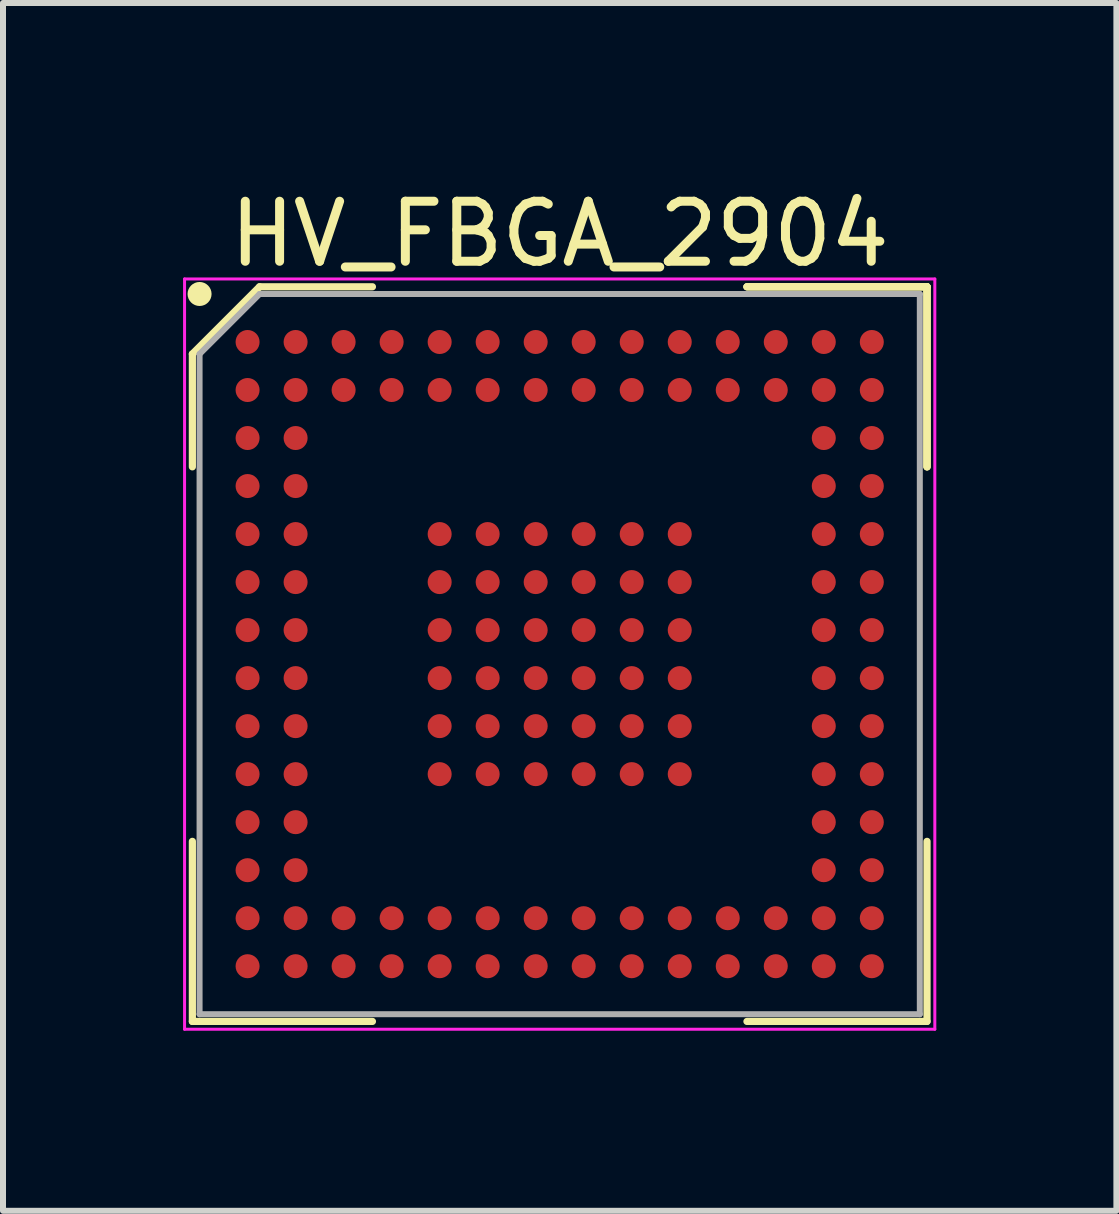
<source format=kicad_pcb>
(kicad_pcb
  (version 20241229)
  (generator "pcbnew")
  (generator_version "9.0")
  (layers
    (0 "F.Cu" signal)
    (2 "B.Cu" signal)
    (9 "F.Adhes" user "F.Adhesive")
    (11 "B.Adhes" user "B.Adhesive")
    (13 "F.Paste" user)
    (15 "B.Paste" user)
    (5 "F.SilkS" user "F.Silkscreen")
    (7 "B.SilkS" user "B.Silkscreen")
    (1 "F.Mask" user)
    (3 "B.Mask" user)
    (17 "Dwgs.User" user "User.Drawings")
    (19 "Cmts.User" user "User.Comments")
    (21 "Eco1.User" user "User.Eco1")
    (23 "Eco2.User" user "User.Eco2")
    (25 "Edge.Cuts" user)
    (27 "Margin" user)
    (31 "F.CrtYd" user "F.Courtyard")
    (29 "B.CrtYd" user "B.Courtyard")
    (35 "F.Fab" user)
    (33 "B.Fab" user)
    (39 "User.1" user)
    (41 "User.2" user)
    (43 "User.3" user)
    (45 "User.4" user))
  (footprint "HV_FBGA_2904"
    (layer "F.Cu")
    (at 6.275 7.848)
    (property "Reference" "HV_FBGA_2904" (at 0 -7 0) (layer "F.SilkS") (effects (font (size 1 1) (thickness 0.15))))
    (attr smd)
    (fp_line (start -6.12 -5) (end -6.12 -3.12) (stroke (width 0.12) (type solid)) (layer "F.SilkS"))
    (fp_line (start -6.12 6.12) (end -6.12 3.12) (stroke (width 0.12) (type solid)) (layer "F.SilkS"))
    (fp_line (start -5 -6.12) (end -6.12 -5) (stroke (width 0.12) (type solid)) (layer "F.SilkS"))
    (fp_line (start -3.12 -6.12) (end -5 -6.12) (stroke (width 0.12) (type solid)) (layer "F.SilkS"))
    (fp_line (start -3.12 6.12) (end -6.12 6.12) (stroke (width 0.12) (type solid)) (layer "F.SilkS"))
    (fp_line (start 3.12 -6.12) (end 6.12 -6.12) (stroke (width 0.12) (type solid)) (layer "F.SilkS"))
    (fp_line (start 3.12 -6.12) (end 6.12 -6.12) (stroke (width 0.12) (type solid)) (layer "F.SilkS"))
    (fp_line (start 3.12 -6.12) (end 6.12 -6.12) (stroke (width 0.12) (type solid)) (layer "F.SilkS"))
    (fp_line (start 3.12 6.12) (end 6.12 6.12) (stroke (width 0.12) (type solid)) (layer "F.SilkS"))
    (fp_line (start 6.12 -6.12) (end 6.12 -3.12) (stroke (width 0.12) (type solid)) (layer "F.SilkS"))
    (fp_line (start 6.12 -6.12) (end 6.12 -3.12) (stroke (width 0.12) (type solid)) (layer "F.SilkS"))
    (fp_line (start 6.12 -6.12) (end 6.12 -3.12) (stroke (width 0.12) (type solid)) (layer "F.SilkS"))
    (fp_line (start 6.12 6.12) (end 6.12 3.12) (stroke (width 0.12) (type solid)) (layer "F.SilkS"))
    (fp_circle (center -6 -6) (end -6 -5.9) (stroke (width 0.2) (type solid)) (fill no) (layer "F.SilkS"))
    (fp_line (start -6.25 -6.25) (end 6.25 -6.25) (stroke (width 0.05) (type solid)) (layer "F.CrtYd"))
    (fp_line (start -6.25 6.25) (end -6.25 -6.25) (stroke (width 0.05) (type solid)) (layer "F.CrtYd"))
    (fp_line (start 6.25 -6.25) (end 6.25 6.25) (stroke (width 0.05) (type solid)) (layer "F.CrtYd"))
    (fp_line (start 6.25 6.25) (end -6.25 6.25) (stroke (width 0.05) (type solid)) (layer "F.CrtYd"))
    (fp_line (start -6 -5) (end -6 6) (stroke (width 0.1) (type solid)) (layer "F.Fab"))
    (fp_line (start -6 6) (end 6 6) (stroke (width 0.1) (type solid)) (layer "F.Fab"))
    (fp_line (start -5 -6) (end -6 -5) (stroke (width 0.1) (type solid)) (layer "F.Fab"))
    (fp_line (start 6 -6) (end -5 -6) (stroke (width 0.1) (type solid)) (layer "F.Fab"))
    (fp_line (start 6 6) (end 6 -6) (stroke (width 0.1) (type solid)) (layer "F.Fab"))
    (pad "CLK" smd circle (at -5.2 -4.4) (size 0.4 0.4) (layers "F.Cu" "F.Mask" "F.Paste"))
    (pad "CLR" smd circle (at -4.4 -4.4) (size 0.4 0.4) (layers "F.Cu" "F.Mask" "F.Paste"))
    (pad "DGND" smd circle (at -5.2 -2) (size 0.4 0.4) (layers "F.Cu" "F.Mask" "F.Paste"))
    (pad "DIN/A B'" smd circle (at -5.2 -2.8) (size 0.4 0.4) (layers "F.Cu" "F.Mask" "F.Paste"))
    (pad "DOUT" smd circle (at -5.2 -5.2) (size 0.4 0.4) (property pad_prop_bga) (layers "F.Cu" "F.Mask" "F.Paste"))
    (pad "GND" smd circle (at -2 -2) (size 0.4 0.4) (layers "F.Cu" "F.Mask" "F.Paste"))
    (pad "GND" smd circle (at -2 -1.2) (size 0.4 0.4) (layers "F.Cu" "F.Mask" "F.Paste"))
    (pad "GND" smd circle (at -2 -0.4) (size 0.4 0.4) (layers "F.Cu" "F.Mask" "F.Paste"))
    (pad "GND" smd circle (at -2 0.4) (size 0.4 0.4) (layers "F.Cu" "F.Mask" "F.Paste"))
    (pad "GND" smd circle (at -2 1.2) (size 0.4 0.4) (layers "F.Cu" "F.Mask" "F.Paste"))
    (pad "GND" smd circle (at -2 2) (size 0.4 0.4) (layers "F.Cu" "F.Mask" "F.Paste"))
    (pad "GND" smd circle (at -1.2 -2) (size 0.4 0.4) (layers "F.Cu" "F.Mask" "F.Paste"))
    (pad "GND" smd circle (at -1.2 -1.2) (size 0.4 0.4) (layers "F.Cu" "F.Mask" "F.Paste"))
    (pad "GND" smd circle (at -1.2 -0.4) (size 0.4 0.4) (layers "F.Cu" "F.Mask" "F.Paste"))
    (pad "GND" smd circle (at -1.2 0.4) (size 0.4 0.4) (layers "F.Cu" "F.Mask" "F.Paste"))
    (pad "GND" smd circle (at -1.2 1.2) (size 0.4 0.4) (layers "F.Cu" "F.Mask" "F.Paste"))
    (pad "GND" smd circle (at -1.2 2) (size 0.4 0.4) (layers "F.Cu" "F.Mask" "F.Paste"))
    (pad "GND" smd circle (at -0.4 -2) (size 0.4 0.4) (layers "F.Cu" "F.Mask" "F.Paste"))
    (pad "GND" smd circle (at -0.4 -1.2) (size 0.4 0.4) (layers "F.Cu" "F.Mask" "F.Paste"))
    (pad "GND" smd circle (at -0.4 -0.4) (size 0.4 0.4) (layers "F.Cu" "F.Mask" "F.Paste"))
    (pad "GND" smd circle (at -0.4 0.4) (size 0.4 0.4) (layers "F.Cu" "F.Mask" "F.Paste"))
    (pad "GND" smd circle (at -0.4 1.2) (size 0.4 0.4) (layers "F.Cu" "F.Mask" "F.Paste"))
    (pad "GND" smd circle (at -0.4 2) (size 0.4 0.4) (layers "F.Cu" "F.Mask" "F.Paste"))
    (pad "GND" smd circle (at 0.4 -2) (size 0.4 0.4) (layers "F.Cu" "F.Mask" "F.Paste"))
    (pad "GND" smd circle (at 0.4 -1.2) (size 0.4 0.4) (layers "F.Cu" "F.Mask" "F.Paste"))
    (pad "GND" smd circle (at 0.4 -0.4) (size 0.4 0.4) (layers "F.Cu" "F.Mask" "F.Paste"))
    (pad "GND" smd circle (at 0.4 0.4) (size 0.4 0.4) (layers "F.Cu" "F.Mask" "F.Paste"))
    (pad "GND" smd circle (at 0.4 1.2) (size 0.4 0.4) (layers "F.Cu" "F.Mask" "F.Paste"))
    (pad "GND" smd circle (at 0.4 2) (size 0.4 0.4) (layers "F.Cu" "F.Mask" "F.Paste"))
    (pad "GND" smd circle (at 1.2 -2) (size 0.4 0.4) (layers "F.Cu" "F.Mask" "F.Paste"))
    (pad "GND" smd circle (at 1.2 -1.2) (size 0.4 0.4) (layers "F.Cu" "F.Mask" "F.Paste"))
    (pad "GND" smd circle (at 1.2 -0.4) (size 0.4 0.4) (layers "F.Cu" "F.Mask" "F.Paste"))
    (pad "GND" smd circle (at 1.2 0.4) (size 0.4 0.4) (layers "F.Cu" "F.Mask" "F.Paste"))
    (pad "GND" smd circle (at 1.2 1.2) (size 0.4 0.4) (layers "F.Cu" "F.Mask" "F.Paste"))
    (pad "GND" smd circle (at 1.2 2) (size 0.4 0.4) (layers "F.Cu" "F.Mask" "F.Paste"))
    (pad "GND" smd circle (at 2 -2) (size 0.4 0.4) (layers "F.Cu" "F.Mask" "F.Paste"))
    (pad "GND" smd circle (at 2 -1.2) (size 0.4 0.4) (layers "F.Cu" "F.Mask" "F.Paste"))
    (pad "GND" smd circle (at 2 -0.4) (size 0.4 0.4) (layers "F.Cu" "F.Mask" "F.Paste"))
    (pad "GND" smd circle (at 2 0.4) (size 0.4 0.4) (layers "F.Cu" "F.Mask" "F.Paste"))
    (pad "GND" smd circle (at 2 1.2) (size 0.4 0.4) (layers "F.Cu" "F.Mask" "F.Paste"))
    (pad "GND" smd circle (at 2 2) (size 0.4 0.4) (layers "F.Cu" "F.Mask" "F.Paste"))
    (pad "LE' /EN" smd circle (at -5.2 -3.6) (size 0.4 0.4) (layers "F.Cu" "F.Mask" "F.Paste"))
    (pad "MODE" smd circle (at -4.4 -3.6) (size 0.4 0.4) (layers "F.Cu" "F.Mask" "F.Paste"))
    (pad "RGND" smd circle (at -5.2 4.4) (size 0.4 0.4) (layers "F.Cu" "F.Mask" "F.Paste"))
    (pad "RGND" smd circle (at -5.2 5.2) (size 0.4 0.4) (layers "F.Cu" "F.Mask" "F.Paste"))
    (pad "RGND" smd circle (at -4.4 4.4) (size 0.4 0.4) (layers "F.Cu" "F.Mask" "F.Paste"))
    (pad "RGND" smd circle (at -4.4 5.2) (size 0.4 0.4) (layers "F.Cu" "F.Mask" "F.Paste"))
    (pad "RGND" smd circle (at 4.4 -3.6) (size 0.4 0.4) (layers "F.Cu" "F.Mask" "F.Paste"))
    (pad "RGND" smd circle (at 4.4 2) (size 0.4 0.4) (layers "F.Cu" "F.Mask" "F.Paste"))
    (pad "RGND" smd circle (at 5.2 -3.6) (size 0.4 0.4) (layers "F.Cu" "F.Mask" "F.Paste"))
    (pad "RGND" smd circle (at 5.2 2) (size 0.4 0.4) (layers "F.Cu" "F.Mask" "F.Paste"))
    (pad "STBY'" smd circle (at -4.4 -2.8) (size 0.4 0.4) (layers "F.Cu" "F.Mask" "F.Paste"))
    (pad "SW0A" smd circle (at 0.4 5.2) (size 0.4 0.4) (layers "F.Cu" "F.Mask" "F.Paste"))
    (pad "SW0B" smd circle (at 0.4 4.4) (size 0.4 0.4) (layers "F.Cu" "F.Mask" "F.Paste"))
    (pad "SW1A" smd circle (at -0.4 5.2) (size 0.4 0.4) (layers "F.Cu" "F.Mask" "F.Paste"))
    (pad "SW1B" smd circle (at -0.4 4.4) (size 0.4 0.4) (layers "F.Cu" "F.Mask" "F.Paste"))
    (pad "SW2A" smd circle (at -1.2 5.2) (size 0.4 0.4) (layers "F.Cu" "F.Mask" "F.Paste"))
    (pad "SW2B" smd circle (at -1.2 4.4) (size 0.4 0.4) (layers "F.Cu" "F.Mask" "F.Paste"))
    (pad "SW3A" smd circle (at -2 5.2) (size 0.4 0.4) (layers "F.Cu" "F.Mask" "F.Paste"))
    (pad "SW3B" smd circle (at -2 4.4) (size 0.4 0.4) (layers "F.Cu" "F.Mask" "F.Paste"))
    (pad "SW4A" smd circle (at -2.8 5.2) (size 0.4 0.4) (layers "F.Cu" "F.Mask" "F.Paste"))
    (pad "SW4B" smd circle (at -2.8 4.4) (size 0.4 0.4) (layers "F.Cu" "F.Mask" "F.Paste"))
    (pad "SW5A" smd circle (at -3.6 5.2) (size 0.4 0.4) (layers "F.Cu" "F.Mask" "F.Paste"))
    (pad "SW5B" smd circle (at -3.6 4.4) (size 0.4 0.4) (layers "F.Cu" "F.Mask" "F.Paste"))
    (pad "SW6A" smd circle (at -5.2 2) (size 0.4 0.4) (layers "F.Cu" "F.Mask" "F.Paste"))
    (pad "SW6B" smd circle (at -4.4 2) (size 0.4 0.4) (layers "F.Cu" "F.Mask" "F.Paste"))
    (pad "SW7A" smd circle (at -5.2 1.2) (size 0.4 0.4) (layers "F.Cu" "F.Mask" "F.Paste"))
    (pad "SW7B" smd circle (at -4.4 1.2) (size 0.4 0.4) (layers "F.Cu" "F.Mask" "F.Paste"))
    (pad "SW8A" smd circle (at -5.2 0.4) (size 0.4 0.4) (layers "F.Cu" "F.Mask" "F.Paste"))
    (pad "SW8B" smd circle (at -4.4 0.4) (size 0.4 0.4) (layers "F.Cu" "F.Mask" "F.Paste"))
    (pad "SW9A" smd circle (at -5.2 -0.4) (size 0.4 0.4) (layers "F.Cu" "F.Mask" "F.Paste"))
    (pad "SW9B" smd circle (at -4.4 -0.4) (size 0.4 0.4) (layers "F.Cu" "F.Mask" "F.Paste"))
    (pad "SW10A" smd circle (at -3.6 -5.2) (size 0.4 0.4) (layers "F.Cu" "F.Mask" "F.Paste"))
    (pad "SW10B" smd circle (at -3.6 -4.4) (size 0.4 0.4) (layers "F.Cu" "F.Mask" "F.Paste"))
    (pad "SW11A" smd circle (at -2.8 -5.2) (size 0.4 0.4) (layers "F.Cu" "F.Mask" "F.Paste"))
    (pad "SW11B" smd circle (at -2.8 -4.4) (size 0.4 0.4) (layers "F.Cu" "F.Mask" "F.Paste"))
    (pad "SW12A" smd circle (at -2 -5.2) (size 0.4 0.4) (layers "F.Cu" "F.Mask" "F.Paste"))
    (pad "SW12B" smd circle (at -2 -4.4) (size 0.4 0.4) (layers "F.Cu" "F.Mask" "F.Paste"))
    (pad "SW13A" smd circle (at -1.2 -5.2) (size 0.4 0.4) (layers "F.Cu" "F.Mask" "F.Paste"))
    (pad "SW13B " smd circle (at -1.2 -4.4) (size 0.4 0.4) (layers "F.Cu" "F.Mask" "F.Paste"))
    (pad "SW14A" smd circle (at -0.4 -5.2) (size 0.4 0.4) (layers "F.Cu" "F.Mask" "F.Paste"))
    (pad "SW14B" smd circle (at -0.4 -4.4) (size 0.4 0.4) (layers "F.Cu" "F.Mask" "F.Paste"))
    (pad "SW15A" smd circle (at 0.4 -5.2) (size 0.4 0.4) (layers "F.Cu" "F.Mask" "F.Paste"))
    (pad "SW15B" smd circle (at 0.4 -4.4) (size 0.4 0.4) (layers "F.Cu" "F.Mask" "F.Paste"))
    (pad "SW16A" smd circle (at 1.2 -5.2) (size 0.4 0.4) (layers "F.Cu" "F.Mask" "F.Paste"))
    (pad "SW16B" smd circle (at 1.2 -4.4) (size 0.4 0.4) (layers "F.Cu" "F.Mask" "F.Paste"))
    (pad "SW17A" smd circle (at 2 -5.2) (size 0.4 0.4) (layers "F.Cu" "F.Mask" "F.Paste"))
    (pad "SW17B" smd circle (at 2 -4.4) (size 0.4 0.4) (layers "F.Cu" "F.Mask" "F.Paste"))
    (pad "SW18A" smd circle (at 2.8 -5.2) (size 0.4 0.4) (layers "F.Cu" "F.Mask" "F.Paste"))
    (pad "SW18B" smd circle (at 2.8 -4.4) (size 0.4 0.4) (layers "F.Cu" "F.Mask" "F.Paste"))
    (pad "SW19A" smd circle (at 3.6 -5.2) (size 0.4 0.4) (layers "F.Cu" "F.Mask" "F.Paste"))
    (pad "SW19B" smd circle (at 3.6 -4.4) (size 0.4 0.4) (property pad_prop_bga) (layers "F.Cu" "F.Mask" "F.Paste"))
    (pad "SW20A" smd circle (at 4.4 -5.2) (size 0.4 0.4) (layers "F.Cu" "F.Mask" "F.Paste"))
    (pad "SW20B" smd circle (at 4.4 -4.4) (size 0.4 0.4) (layers "F.Cu" "F.Mask" "F.Paste"))
    (pad "SW21A" smd circle (at 5.2 -5.2) (size 0.4 0.4) (layers "F.Cu" "F.Mask" "F.Paste"))
    (pad "SW21B" smd circle (at 5.2 -4.4) (size 0.4 0.4) (layers "F.Cu" "F.Mask" "F.Paste"))
    (pad "SW22A" smd circle (at 5.2 -1.2) (size 0.4 0.4) (layers "F.Cu" "F.Mask" "F.Paste"))
    (pad "SW22B" smd circle (at 4.4 -1.2) (size 0.4 0.4) (layers "F.Cu" "F.Mask" "F.Paste"))
    (pad "SW23A" smd circle (at 5.2 -0.4) (size 0.4 0.4) (layers "F.Cu" "F.Mask" "F.Paste"))
    (pad "SW23B" smd circle (at 4.4 -0.4) (size 0.4 0.4) (layers "F.Cu" "F.Mask" "F.Paste"))
    (pad "SW24A" smd circle (at 5.2 0.4) (size 0.4 0.4) (layers "F.Cu" "F.Mask" "F.Paste"))
    (pad "SW24B" smd circle (at 4.4 0.4) (size 0.4 0.4) (layers "F.Cu" "F.Mask" "F.Paste"))
    (pad "SW25A" smd circle (at 5.2 1.2) (size 0.4 0.4) (layers "F.Cu" "F.Mask" "F.Paste"))
    (pad "SW25B" smd circle (at 4.4 1.2) (size 0.4 0.4) (layers "F.Cu" "F.Mask" "F.Paste"))
    (pad "SW26A" smd circle (at 5.2 5.2) (size 0.4 0.4) (layers "F.Cu" "F.Mask" "F.Paste"))
    (pad "SW26B" smd circle (at 5.2 4.4) (size 0.4 0.4) (layers "F.Cu" "F.Mask" "F.Paste"))
    (pad "SW27A" smd circle (at 4.4 5.2) (size 0.4 0.4) (layers "F.Cu" "F.Mask" "F.Paste"))
    (pad "SW27B" smd circle (at 4.4 4.4) (size 0.4 0.4) (layers "F.Cu" "F.Mask" "F.Paste"))
    (pad "SW28A" smd circle (at 3.6 5.2) (size 0.4 0.4) (layers "F.Cu" "F.Mask" "F.Paste"))
    (pad "SW28B" smd circle (at 3.6 4.4) (size 0.4 0.4) (layers "F.Cu" "F.Mask" "F.Paste"))
    (pad "SW29A" smd circle (at 2.8 5.2) (size 0.4 0.4) (layers "F.Cu" "F.Mask" "F.Paste"))
    (pad "SW29B" smd circle (at 2.8 4.4) (size 0.4 0.4) (layers "F.Cu" "F.Mask" "F.Paste"))
    (pad "SW30A" smd circle (at 2 5.2) (size 0.4 0.4) (layers "F.Cu" "F.Mask" "F.Paste"))
    (pad "SW30B" smd circle (at 2 4.4) (size 0.4 0.4) (layers "F.Cu" "F.Mask" "F.Paste"))
    (pad "SW31A" smd circle (at 1.2 5.2) (size 0.4 0.4) (layers "F.Cu" "F.Mask" "F.Paste"))
    (pad "SW31B" smd circle (at 1.2 4.4) (size 0.4 0.4) (layers "F.Cu" "F.Mask" "F.Paste"))
    (pad "VDD" smd circle (at -5.2 3.6) (size 0.4 0.4) (layers "F.Cu" "F.Mask" "F.Paste"))
    (pad "VDD" smd circle (at -4.4 -2) (size 0.4 0.4) (layers "F.Cu" "F.Mask" "F.Paste"))
    (pad "VDD" smd circle (at -4.4 -1.2) (size 0.4 0.4) (layers "F.Cu" "F.Mask" "F.Paste"))
    (pad "VDD" smd circle (at -4.4 3.6) (size 0.4 0.4) (layers "F.Cu" "F.Mask" "F.Paste"))
    (pad "VDD" smd circle (at 4.4 -2.8) (size 0.4 0.4) (layers "F.Cu" "F.Mask" "F.Paste"))
    (pad "VDD" smd circle (at 4.4 3.6) (size 0.4 0.4) (layers "F.Cu" "F.Mask" "F.Paste"))
    (pad "VDD" smd circle (at 5.2 -2.8) (size 0.4 0.4) (layers "F.Cu" "F.Mask" "F.Paste"))
    (pad "VDD" smd circle (at 5.2 3.6) (size 0.4 0.4) (layers "F.Cu" "F.Mask" "F.Paste"))
    (pad "VLL" smd circle (at -4.4 -5.2) (size 0.4 0.4) (property pad_prop_bga) (layers "F.Cu" "F.Mask" "F.Paste"))
    (pad "VSS" smd circle (at -5.2 -1.2) (size 0.4 0.4) (layers "F.Cu" "F.Mask" "F.Paste"))
    (pad "VSS" smd circle (at -5.2 2.8) (size 0.4 0.4) (layers "F.Cu" "F.Mask" "F.Paste"))
    (pad "VSS" smd circle (at -4.4 2.8) (size 0.4 0.4) (layers "F.Cu" "F.Mask" "F.Paste"))
    (pad "VSS" smd circle (at 4.4 -2) (size 0.4 0.4) (layers "F.Cu" "F.Mask" "F.Paste"))
    (pad "VSS" smd circle (at 4.4 2.8) (size 0.4 0.4) (layers "F.Cu" "F.Mask" "F.Paste"))
    (pad "VSS" smd circle (at 5.2 -2) (size 0.4 0.4) (layers "F.Cu" "F.Mask" "F.Paste"))
    (pad "VSS" smd circle (at 5.2 2.8) (size 0.4 0.4) (layers "F.Cu" "F.Mask" "F.Paste")))
  (gr_rect
    (start -3 -3)
    (end 15.55 17.123)
    (stroke (width 0.1) (type default))
    (fill no)
    (layer "Edge.Cuts")))
</source>
